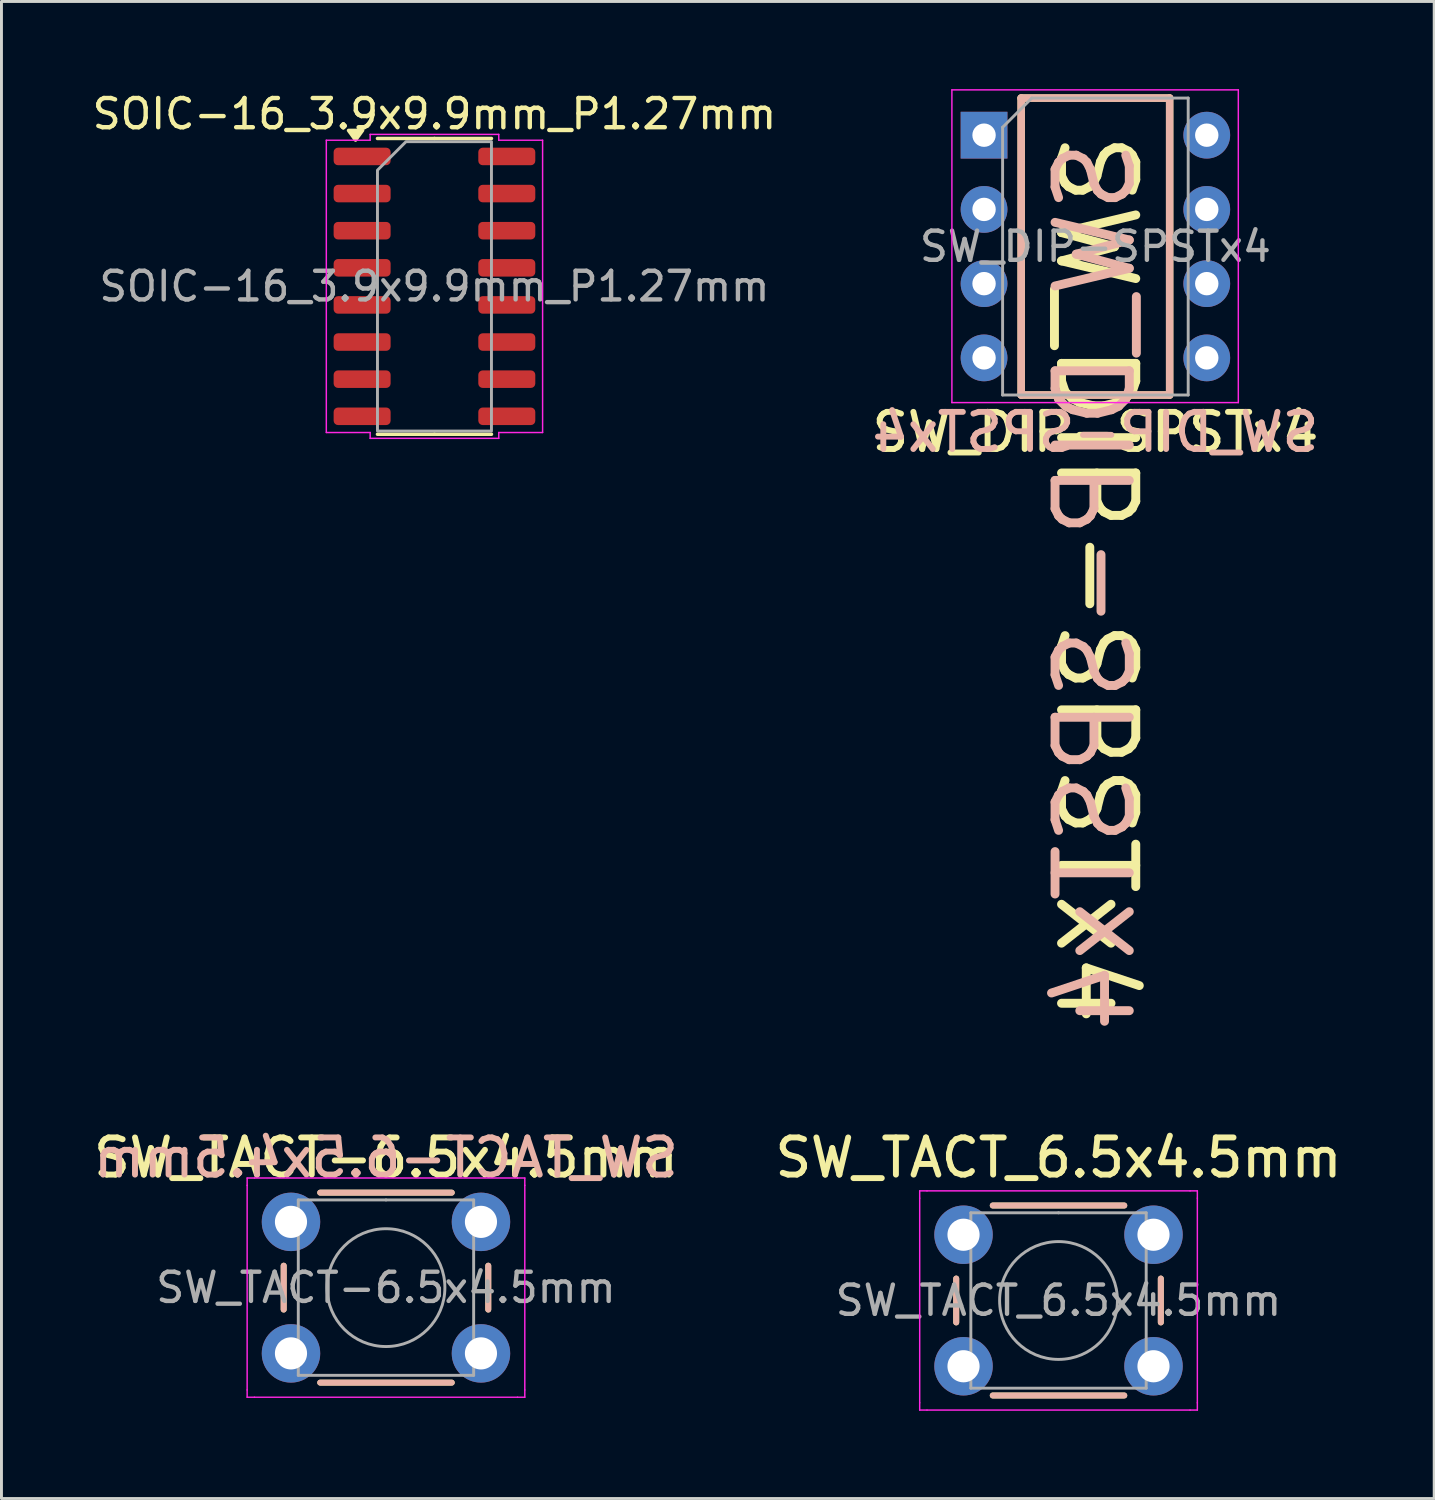
<source format=kicad_pcb>
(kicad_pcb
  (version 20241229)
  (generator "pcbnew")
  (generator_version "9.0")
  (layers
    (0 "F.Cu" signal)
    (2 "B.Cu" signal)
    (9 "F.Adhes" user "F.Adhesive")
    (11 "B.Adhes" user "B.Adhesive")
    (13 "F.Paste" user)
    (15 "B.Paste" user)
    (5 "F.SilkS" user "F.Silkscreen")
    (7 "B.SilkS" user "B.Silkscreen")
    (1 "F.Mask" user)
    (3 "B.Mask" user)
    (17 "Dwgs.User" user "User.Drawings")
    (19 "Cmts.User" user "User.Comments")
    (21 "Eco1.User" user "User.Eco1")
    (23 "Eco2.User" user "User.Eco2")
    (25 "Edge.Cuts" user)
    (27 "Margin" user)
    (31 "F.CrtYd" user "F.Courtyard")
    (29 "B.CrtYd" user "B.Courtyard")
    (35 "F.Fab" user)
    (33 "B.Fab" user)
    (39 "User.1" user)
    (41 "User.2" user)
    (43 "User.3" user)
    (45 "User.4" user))
  (footprint "SW_DIP-SPSTx4"
    (layer "F.Cu")
    (at 30.619 1.575)
    (property "Reference" "SW_DIP-SPSTx4" (at 3.81 10.16 0) (layer "F.SilkS") (effects (font (size 1.27 1.27) (thickness 0.203))))
    (property "Value" "SW_DIP-SPSTx4" (at 3.81 9.95 0) (layer "F.Fab") (hide yes) (effects (font (size 1 1) (thickness 0.15))))
    (attr through_hole)
    (fp_line (start 1.27 -1.27) (end 1.27 8.89) (stroke (width 0.254) (type solid)) (layer "F.SilkS"))
    (fp_line (start 1.27 8.89) (end 6.35 8.89) (stroke (width 0.254) (type solid)) (layer "F.SilkS"))
    (fp_line (start 6.35 -1.27) (end 1.27 -1.27) (stroke (width 0.254) (type solid)) (layer "F.SilkS"))
    (fp_line (start 6.35 8.89) (end 6.35 -1.27) (stroke (width 0.254) (type solid)) (layer "F.SilkS"))
    (fp_line (start 1.27 -1.27) (end 1.27 8.89) (stroke (width 0.254) (type solid)) (layer "B.SilkS"))
    (fp_line (start 1.27 8.89) (end 6.35 8.89) (stroke (width 0.254) (type solid)) (layer "B.SilkS"))
    (fp_line (start 6.35 -1.27) (end 1.27 -1.27) (stroke (width 0.254) (type solid)) (layer "B.SilkS"))
    (fp_line (start 6.35 8.89) (end 6.35 -1.27) (stroke (width 0.254) (type solid)) (layer "B.SilkS"))
    (fp_line (start -1.1 -1.55) (end -1.1 9.15) (stroke (width 0.05) (type solid)) (layer "F.CrtYd"))
    (fp_line (start -1.1 9.15) (end 8.7 9.15) (stroke (width 0.05) (type solid)) (layer "F.CrtYd"))
    (fp_line (start 8.7 -1.55) (end -1.1 -1.55) (stroke (width 0.05) (type solid)) (layer "F.CrtYd"))
    (fp_line (start 8.7 9.15) (end 8.7 -1.55) (stroke (width 0.05) (type solid)) (layer "F.CrtYd"))
    (fp_line (start 0.635 -0.27) (end 1.635 -1.27) (stroke (width 0.1) (type solid)) (layer "F.Fab"))
    (fp_line (start 0.635 8.89) (end 0.635 -0.27) (stroke (width 0.1) (type solid)) (layer "F.Fab"))
    (fp_line (start 1.635 -1.27) (end 6.985 -1.27) (stroke (width 0.1) (type solid)) (layer "F.Fab"))
    (fp_line (start 6.985 -1.27) (end 6.985 8.89) (stroke (width 0.1) (type solid)) (layer "F.Fab"))
    (fp_line (start 6.985 8.89) (end 0.635 8.89) (stroke (width 0.1) (type solid)) (layer "F.Fab"))
    (fp_text user "${Value}" (at 3.81 -0.254 270) (unlocked yes) (layer "F.SilkS") (effects (font (size 2.54 2.54) (thickness 0.305)) (justify left)))
    (fp_text user "${Value}" (at 3.81 0 90) (unlocked yes) (layer "B.SilkS") (effects (font (size 2.54 2.54) (thickness 0.305)) (justify left mirror)))
    (fp_text user "${REFERENCE}" (at 3.81 10.16 0) (unlocked yes) (layer "B.SilkS") (effects (font (size 1.27 1.27) (thickness 0.203)) (justify mirror)))
    (fp_text user "${REFERENCE}" (at 3.81 3.81 0) (layer "F.Fab") (effects (font (size 1 1) (thickness 0.15))))
    (pad "1" thru_hole rect (at 0 0) (size 1.6 1.6) (drill 0.8) (layers "*.Cu" "*.Mask"))
    (pad "2" thru_hole oval (at 0 2.54) (size 1.6 1.6) (drill 0.8) (layers "*.Cu" "*.Mask"))
    (pad "3" thru_hole oval (at 0 5.08) (size 1.6 1.6) (drill 0.8) (layers "*.Cu" "*.Mask"))
    (pad "4" thru_hole oval (at 0 7.62) (size 1.6 1.6) (drill 0.8) (layers "*.Cu" "*.Mask"))
    (pad "5" thru_hole oval (at 7.62 7.62) (size 1.6 1.6) (drill 0.8) (layers "*.Cu" "*.Mask"))
    (pad "6" thru_hole oval (at 7.62 5.08) (size 1.6 1.6) (drill 0.8) (layers "*.Cu" "*.Mask"))
    (pad "7" thru_hole oval (at 7.62 2.54) (size 1.6 1.6) (drill 0.8) (layers "*.Cu" "*.Mask"))
    (pad "8" thru_hole oval (at 7.62 0) (size 1.6 1.6) (drill 0.8) (layers "*.Cu" "*.Mask")))
  (footprint "SOIC-16_3.9x9.9mm_P1.27mm"
    (layer "F.Cu")
    (at 11.815 6.748)
    (property "Reference" "SOIC-16_3.9x9.9mm_P1.27mm" (at 0 -5.9 0) (layer "F.SilkS") (effects (font (size 1 1) (thickness 0.15))))
    (attr smd)
    (fp_line (start 0 -5.06) (end -1.95 -5.06) (stroke (width 0.12) (type solid)) (layer "F.SilkS"))
    (fp_line (start 0 -5.06) (end 1.95 -5.06) (stroke (width 0.12) (type solid)) (layer "F.SilkS"))
    (fp_line (start 0 5.06) (end -1.95 5.06) (stroke (width 0.12) (type solid)) (layer "F.SilkS"))
    (fp_line (start 0 5.06) (end 1.95 5.06) (stroke (width 0.12) (type solid)) (layer "F.SilkS"))
    (fp_poly (pts (xy -2.7 -5.005) (xy -2.94 -5.335) (xy -2.46 -5.335)) (stroke (width 0.12) (type solid)) (fill yes) (layer "F.SilkS"))
    (fp_line (start -3.7 -5) (end -2.2 -5) (stroke (width 0.05) (type solid)) (layer "F.CrtYd"))
    (fp_line (start -3.7 5) (end -3.7 -5) (stroke (width 0.05) (type solid)) (layer "F.CrtYd"))
    (fp_line (start -2.2 -5.2) (end 2.2 -5.2) (stroke (width 0.05) (type solid)) (layer "F.CrtYd"))
    (fp_line (start -2.2 -5) (end -2.2 -5.2) (stroke (width 0.05) (type solid)) (layer "F.CrtYd"))
    (fp_line (start -2.2 5) (end -3.7 5) (stroke (width 0.05) (type solid)) (layer "F.CrtYd"))
    (fp_line (start -2.2 5.2) (end -2.2 5) (stroke (width 0.05) (type solid)) (layer "F.CrtYd"))
    (fp_line (start 2.2 -5.2) (end 2.2 -5) (stroke (width 0.05) (type solid)) (layer "F.CrtYd"))
    (fp_line (start 2.2 -5) (end 3.7 -5) (stroke (width 0.05) (type solid)) (layer "F.CrtYd"))
    (fp_line (start 2.2 5) (end 2.2 5.2) (stroke (width 0.05) (type solid)) (layer "F.CrtYd"))
    (fp_line (start 2.2 5.2) (end -2.2 5.2) (stroke (width 0.05) (type solid)) (layer "F.CrtYd"))
    (fp_line (start 3.7 -5) (end 3.7 5) (stroke (width 0.05) (type solid)) (layer "F.CrtYd"))
    (fp_line (start 3.7 5) (end 2.2 5) (stroke (width 0.05) (type solid)) (layer "F.CrtYd"))
    (fp_poly (pts (xy -1.95 -3.975) (xy -1.95 4.95) (xy 1.95 4.95) (xy 1.95 -4.95) (xy -0.975 -4.95)) (stroke (width 0.1) (type solid)) (fill no) (layer "F.Fab"))
    (fp_text user "${REFERENCE}" (at 0 0 0) (layer "F.Fab") (effects (font (size 0.98 0.98) (thickness 0.15))))
    (pad "1" smd roundrect (at -2.475 -4.445) (size 1.95 0.6) (layers "F.Cu" "F.Mask" "F.Paste") (roundrect_rratio 0.25))
    (pad "2" smd roundrect (at -2.475 -3.175) (size 1.95 0.6) (layers "F.Cu" "F.Mask" "F.Paste") (roundrect_rratio 0.25))
    (pad "3" smd roundrect (at -2.475 -1.905) (size 1.95 0.6) (layers "F.Cu" "F.Mask" "F.Paste") (roundrect_rratio 0.25))
    (pad "4" smd roundrect (at -2.475 -0.635) (size 1.95 0.6) (layers "F.Cu" "F.Mask" "F.Paste") (roundrect_rratio 0.25))
    (pad "5" smd roundrect (at -2.475 0.635) (size 1.95 0.6) (layers "F.Cu" "F.Mask" "F.Paste") (roundrect_rratio 0.25))
    (pad "6" smd roundrect (at -2.475 1.905) (size 1.95 0.6) (layers "F.Cu" "F.Mask" "F.Paste") (roundrect_rratio 0.25))
    (pad "7" smd roundrect (at -2.475 3.175) (size 1.95 0.6) (layers "F.Cu" "F.Mask" "F.Paste") (roundrect_rratio 0.25))
    (pad "8" smd roundrect (at -2.475 4.445) (size 1.95 0.6) (layers "F.Cu" "F.Mask" "F.Paste") (roundrect_rratio 0.25))
    (pad "9" smd roundrect (at 2.475 4.445) (size 1.95 0.6) (layers "F.Cu" "F.Mask" "F.Paste") (roundrect_rratio 0.25))
    (pad "10" smd roundrect (at 2.475 3.175) (size 1.95 0.6) (layers "F.Cu" "F.Mask" "F.Paste") (roundrect_rratio 0.25))
    (pad "11" smd roundrect (at 2.475 1.905) (size 1.95 0.6) (layers "F.Cu" "F.Mask" "F.Paste") (roundrect_rratio 0.25))
    (pad "12" smd roundrect (at 2.475 0.635) (size 1.95 0.6) (layers "F.Cu" "F.Mask" "F.Paste") (roundrect_rratio 0.25))
    (pad "13" smd roundrect (at 2.475 -0.635) (size 1.95 0.6) (layers "F.Cu" "F.Mask" "F.Paste") (roundrect_rratio 0.25))
    (pad "14" smd roundrect (at 2.475 -1.905) (size 1.95 0.6) (layers "F.Cu" "F.Mask" "F.Paste") (roundrect_rratio 0.25))
    (pad "15" smd roundrect (at 2.475 -3.175) (size 1.95 0.6) (layers "F.Cu" "F.Mask" "F.Paste") (roundrect_rratio 0.25))
    (pad "16" smd roundrect (at 2.475 -4.445) (size 1.95 0.6) (layers "F.Cu" "F.Mask" "F.Paste") (roundrect_rratio 0.25)))
  (footprint "SW_TACT-6.5x4.5mm"
    (layer "F.Cu")
    (at 10.156 41.006)
    (property "Reference" "SW_TACT-6.5x4.5mm" (at 0 -4.445 0) (layer "F.SilkS") (effects (font (size 1.27 1.27) (thickness 0.203))))
    (attr through_hole)
    (fp_line (start -3.5 -0.75) (end -3.5 0.75) (stroke (width 0.203) (type solid)) (layer "F.SilkS"))
    (fp_line (start -2.25 3.25) (end 2.25 3.25) (stroke (width 0.203) (type solid)) (layer "F.SilkS"))
    (fp_line (start 2.25 -3.25) (end -2.25 -3.25) (stroke (width 0.203) (type solid)) (layer "F.SilkS"))
    (fp_line (start 3.5 0.75) (end 3.5 -0.75) (stroke (width 0.203) (type solid)) (layer "F.SilkS"))
    (fp_line (start -3.5 -0.75) (end -3.5 0.75) (stroke (width 0.203) (type solid)) (layer "B.SilkS"))
    (fp_line (start -2.25 3.25) (end 2.25 3.25) (stroke (width 0.203) (type solid)) (layer "B.SilkS"))
    (fp_line (start 2.25 -3.25) (end -2.25 -3.25) (stroke (width 0.203) (type solid)) (layer "B.SilkS"))
    (fp_line (start 3.5 0.75) (end 3.5 -0.75) (stroke (width 0.203) (type solid)) (layer "B.SilkS"))
    (fp_line (start -4.75 -3.75) (end -4.5 -3.75) (stroke (width 0.05) (type solid)) (layer "F.CrtYd"))
    (fp_line (start -4.75 -3.5) (end -4.75 -3.75) (stroke (width 0.05) (type solid)) (layer "F.CrtYd"))
    (fp_line (start -4.75 3.5) (end -4.75 -3.5) (stroke (width 0.05) (type solid)) (layer "F.CrtYd"))
    (fp_line (start -4.75 3.5) (end -4.75 3.75) (stroke (width 0.05) (type solid)) (layer "F.CrtYd"))
    (fp_line (start -4.75 3.75) (end -4.5 3.75) (stroke (width 0.05) (type solid)) (layer "F.CrtYd"))
    (fp_line (start -4.5 -3.75) (end 4.5 -3.75) (stroke (width 0.05) (type solid)) (layer "F.CrtYd"))
    (fp_line (start 4.5 -3.75) (end 4.75 -3.75) (stroke (width 0.05) (type solid)) (layer "F.CrtYd"))
    (fp_line (start 4.5 3.75) (end -4.5 3.75) (stroke (width 0.05) (type solid)) (layer "F.CrtYd"))
    (fp_line (start 4.5 3.75) (end 4.75 3.75) (stroke (width 0.05) (type solid)) (layer "F.CrtYd"))
    (fp_line (start 4.75 -3.75) (end 4.75 -3.5) (stroke (width 0.05) (type solid)) (layer "F.CrtYd"))
    (fp_line (start 4.75 -3.5) (end 4.75 3.5) (stroke (width 0.05) (type solid)) (layer "F.CrtYd"))
    (fp_line (start 4.75 3.75) (end 4.75 3.5) (stroke (width 0.05) (type solid)) (layer "F.CrtYd"))
    (fp_line (start -3 -3) (end 0 -3) (stroke (width 0.1) (type solid)) (layer "F.Fab"))
    (fp_line (start -3 3) (end -3 -3) (stroke (width 0.1) (type solid)) (layer "F.Fab"))
    (fp_line (start 0 -3) (end 3 -3) (stroke (width 0.1) (type solid)) (layer "F.Fab"))
    (fp_line (start 3 -3) (end 3 3) (stroke (width 0.1) (type solid)) (layer "F.Fab"))
    (fp_line (start 3 3) (end -3 3) (stroke (width 0.1) (type solid)) (layer "F.Fab"))
    (fp_circle (center 0 0) (end -2 0.25) (stroke (width 0.1) (type solid)) (fill no) (layer "F.Fab"))
    (fp_text user "${Reference}" (at 0 -4.445 0) (unlocked yes) (layer "B.SilkS") (effects (font (size 1.27 1.27) (thickness 0.203)) (justify mirror)))
    (fp_text user "${REFERENCE}" (at 0 0 0) (layer "F.Fab") (effects (font (size 1 1) (thickness 0.15))))
    (pad "1" thru_hole circle (at -3.25 -2.25 90) (size 2 2) (drill 1.1) (layers "*.Cu" "*.Mask"))
    (pad "1" thru_hole circle (at 3.25 -2.25 90) (size 2 2) (drill 1.1) (layers "*.Cu" "*.Mask"))
    (pad "2" thru_hole circle (at -3.25 2.25 90) (size 2 2) (drill 1.1) (layers "*.Cu" "*.Mask"))
    (pad "2" thru_hole circle (at 3.25 2.25 90) (size 2 2) (drill 1.1) (layers "*.Cu" "*.Mask")))
  (footprint "SW_TACT_6.5x4.5mm"
    (layer "F.Cu")
    (at 33.167 41.446)
    (property "Reference" "SW_TACT_6.5x4.5mm" (at 0 -4.885 0) (layer "F.SilkS") (effects (font (size 1.27 1.27) (thickness 0.203))))
    (attr through_hole)
    (fp_line (start -3.5 -0.75) (end -3.5 0.75) (stroke (width 0.203) (type solid)) (layer "F.SilkS"))
    (fp_line (start -2.25 3.25) (end 2.25 3.25) (stroke (width 0.203) (type solid)) (layer "F.SilkS"))
    (fp_line (start 2.25 -3.25) (end -2.25 -3.25) (stroke (width 0.203) (type solid)) (layer "F.SilkS"))
    (fp_line (start 3.5 0.75) (end 3.5 -0.75) (stroke (width 0.203) (type solid)) (layer "F.SilkS"))
    (fp_line (start -3.5 -0.75) (end -3.5 0.75) (stroke (width 0.203) (type solid)) (layer "B.SilkS"))
    (fp_line (start -2.25 3.25) (end 2.25 3.25) (stroke (width 0.203) (type solid)) (layer "B.SilkS"))
    (fp_line (start 2.25 -3.25) (end -2.25 -3.25) (stroke (width 0.203) (type solid)) (layer "B.SilkS"))
    (fp_line (start 3.5 0.75) (end 3.5 -0.75) (stroke (width 0.203) (type solid)) (layer "B.SilkS"))
    (fp_line (start -4.75 -3.75) (end -4.5 -3.75) (stroke (width 0.05) (type solid)) (layer "F.CrtYd"))
    (fp_line (start -4.75 -3.5) (end -4.75 -3.75) (stroke (width 0.05) (type solid)) (layer "F.CrtYd"))
    (fp_line (start -4.75 3.5) (end -4.75 -3.5) (stroke (width 0.05) (type solid)) (layer "F.CrtYd"))
    (fp_line (start -4.75 3.5) (end -4.75 3.75) (stroke (width 0.05) (type solid)) (layer "F.CrtYd"))
    (fp_line (start -4.75 3.75) (end -4.5 3.75) (stroke (width 0.05) (type solid)) (layer "F.CrtYd"))
    (fp_line (start -4.5 -3.75) (end 4.5 -3.75) (stroke (width 0.05) (type solid)) (layer "F.CrtYd"))
    (fp_line (start 4.5 -3.75) (end 4.75 -3.75) (stroke (width 0.05) (type solid)) (layer "F.CrtYd"))
    (fp_line (start 4.5 3.75) (end -4.5 3.75) (stroke (width 0.05) (type solid)) (layer "F.CrtYd"))
    (fp_line (start 4.5 3.75) (end 4.75 3.75) (stroke (width 0.05) (type solid)) (layer "F.CrtYd"))
    (fp_line (start 4.75 -3.75) (end 4.75 -3.5) (stroke (width 0.05) (type solid)) (layer "F.CrtYd"))
    (fp_line (start 4.75 -3.5) (end 4.75 3.5) (stroke (width 0.05) (type solid)) (layer "F.CrtYd"))
    (fp_line (start 4.75 3.75) (end 4.75 3.5) (stroke (width 0.05) (type solid)) (layer "F.CrtYd"))
    (fp_line (start -3 -3) (end 0 -3) (stroke (width 0.1) (type solid)) (layer "F.Fab"))
    (fp_line (start -3 3) (end -3 -3) (stroke (width 0.1) (type solid)) (layer "F.Fab"))
    (fp_line (start 0 -3) (end 3 -3) (stroke (width 0.1) (type solid)) (layer "F.Fab"))
    (fp_line (start 3 -3) (end 3 3) (stroke (width 0.1) (type solid)) (layer "F.Fab"))
    (fp_line (start 3 3) (end -3 3) (stroke (width 0.1) (type solid)) (layer "F.Fab"))
    (fp_circle (center 0 0) (end -2 0.25) (stroke (width 0.1) (type solid)) (fill no) (layer "F.Fab"))
    (fp_text user "${REFERENCE}" (at 0 0 0) (layer "F.Fab") (effects (font (size 1 1) (thickness 0.15))))
    (pad "1" thru_hole circle (at -3.25 -2.25 90) (size 2 2) (drill 1.1) (layers "*.Cu" "*.Mask"))
    (pad "1" thru_hole circle (at 3.25 -2.25 90) (size 2 2) (drill 1.1) (layers "*.Cu" "*.Mask"))
    (pad "2" thru_hole circle (at -3.25 2.25 90) (size 2 2) (drill 1.1) (layers "*.Cu" "*.Mask"))
    (pad "2" thru_hole circle (at 3.25 2.25 90) (size 2 2) (drill 1.1) (layers "*.Cu" "*.Mask")))
  (gr_rect
    (start -3 -3)
    (end 46.021 48.221)
    (stroke (width 0.1) (type default))
    (fill no)
    (layer "Edge.Cuts")))
</source>
